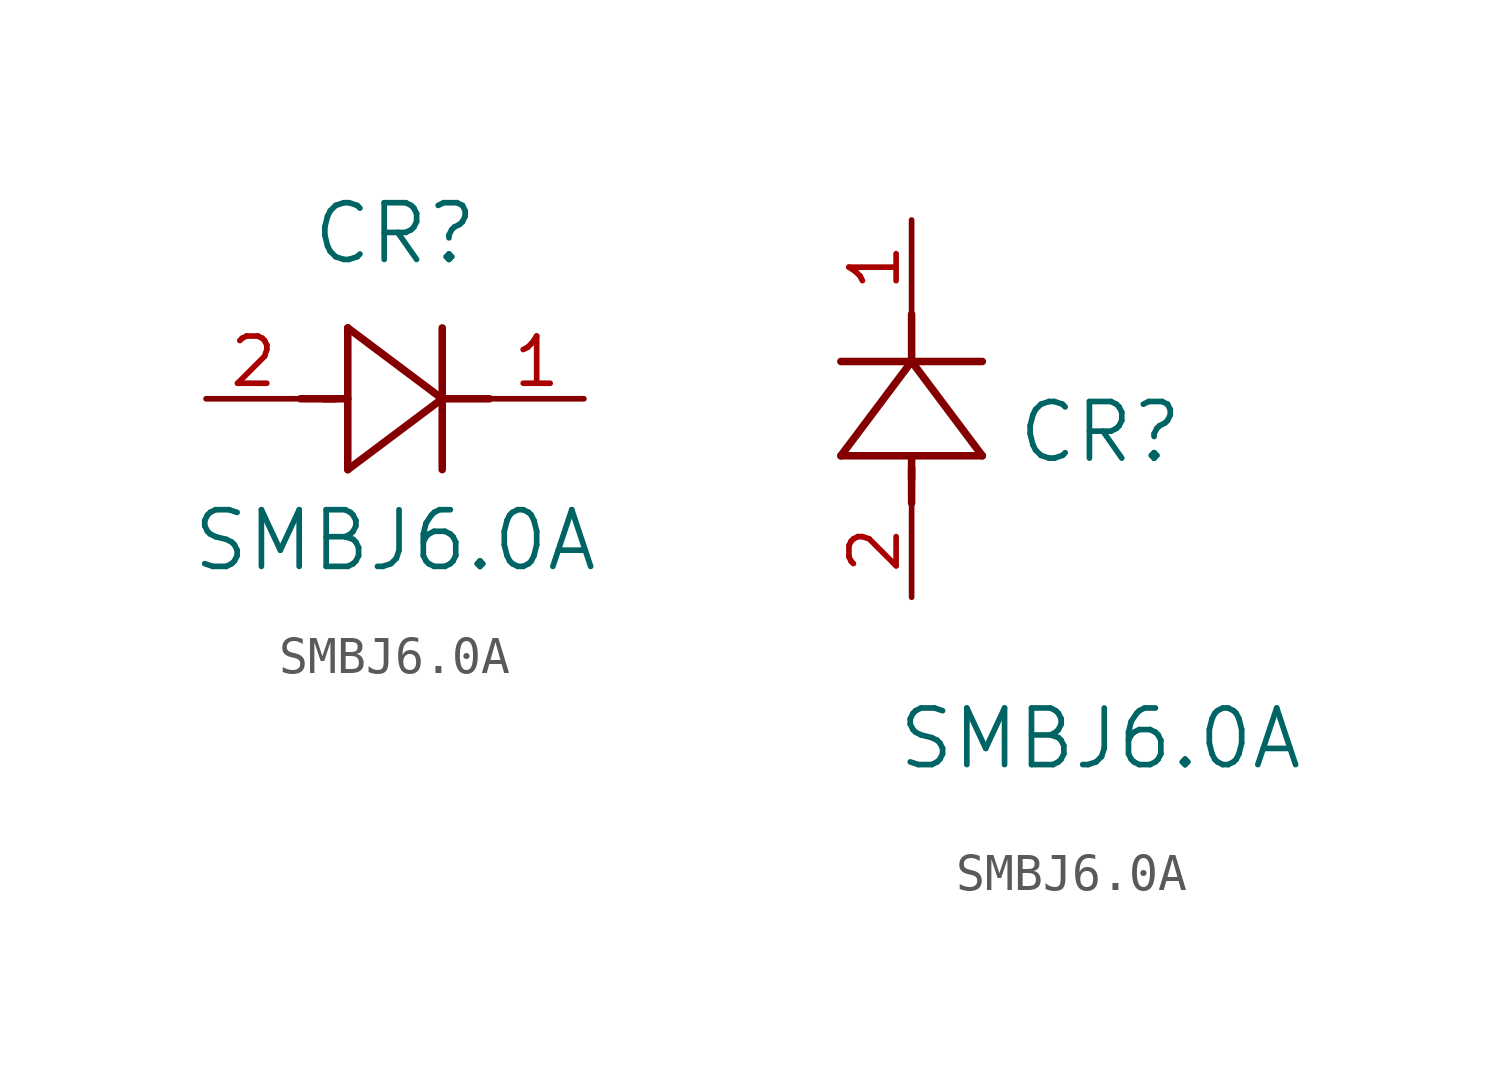
<source format=kicad_sym>
(kicad_symbol_lib
  (version 20211014)
  (generator kicad_symbol_editor)
  (symbol "SMBJ6.0A"
    (pin_names
      (offset 0.254))
    (property "Reference" "CR"
      (at 5.08 4.445 0)
      (effects (font (size 1.524 1.524))))
    (property "Value" "SMBJ6.0A"
      (at 5.08 -3.81 0)
      (effects (font (size 1.524 1.524))))
    (symbol "SMBJ6.0A_1_1"
      (polyline (pts (xy 2.54 0) (xy 3.48 0)) (stroke (width 0.203) (type default) (color 0 0 0 0)) (fill (type none)))
      (polyline (pts (xy 3.81 1.905) (xy 3.81 -1.905)) (stroke (width 0.203) (type default) (color 0 0 0 0)) (fill (type none)))
      (polyline (pts (xy 3.175 0) (xy 3.81 0)) (stroke (width 0.203) (type default) (color 0 0 0 0)) (fill (type none)))
      (polyline (pts (xy 6.35 -1.905) (xy 6.35 1.905)) (stroke (width 0.203) (type default) (color 0 0 0 0)) (fill (type none)))
      (polyline (pts (xy 6.35 0) (xy 7.62 0)) (stroke (width 0.203) (type default) (color 0 0 0 0)) (fill (type none)))
      (polyline (pts (xy 6.35 0) (xy 3.81 1.905)) (stroke (width 0.203) (type default) (color 0 0 0 0)) (fill (type none)))
      (polyline (pts (xy 3.81 -1.905) (xy 6.35 0)) (stroke (width 0.203) (type default) (color 0 0 0 0)) (fill (type none)))
      (pin unspecified line (at 10.16 0 180) (length 2.54) (name "" (effects (font (size 1.27 1.27)))) (number "1" (effects (font (size 1.27 1.27)))))
      (pin unspecified line (at 0 0 0) (length 2.54) (name "" (effects (font (size 1.27 1.27)))) (number "2" (effects (font (size 1.27 1.27))))))
    (symbol "SMBJ6.0A_1_2"
      (polyline (pts (xy 0 2.54) (xy 0 3.48)) (stroke (width 0.203) (type default) (color 0 0 0 0)) (fill (type none)))
      (polyline (pts (xy -1.905 3.81) (xy 1.905 3.81)) (stroke (width 0.203) (type default) (color 0 0 0 0)) (fill (type none)))
      (polyline (pts (xy 0 3.175) (xy 0 3.81)) (stroke (width 0.203) (type default) (color 0 0 0 0)) (fill (type none)))
      (polyline (pts (xy 1.905 6.35) (xy -1.905 6.35)) (stroke (width 0.203) (type default) (color 0 0 0 0)) (fill (type none)))
      (polyline (pts (xy 0 6.35) (xy 0 7.62)) (stroke (width 0.203) (type default) (color 0 0 0 0)) (fill (type none)))
      (polyline (pts (xy 0 6.35) (xy -1.905 3.81)) (stroke (width 0.203) (type default) (color 0 0 0 0)) (fill (type none)))
      (polyline (pts (xy 1.905 3.81) (xy 0 6.35)) (stroke (width 0.203) (type default) (color 0 0 0 0)) (fill (type none)))
      (pin unspecified line (at 0 10.16 270) (length 2.54) (name "" (effects (font (size 1.27 1.27)))) (number "1" (effects (font (size 1.27 1.27)))))
      (pin unspecified line (at 0 0 90) (length 2.54) (name "" (effects (font (size 1.27 1.27)))) (number "2" (effects (font (size 1.27 1.27))))))))
</source>
